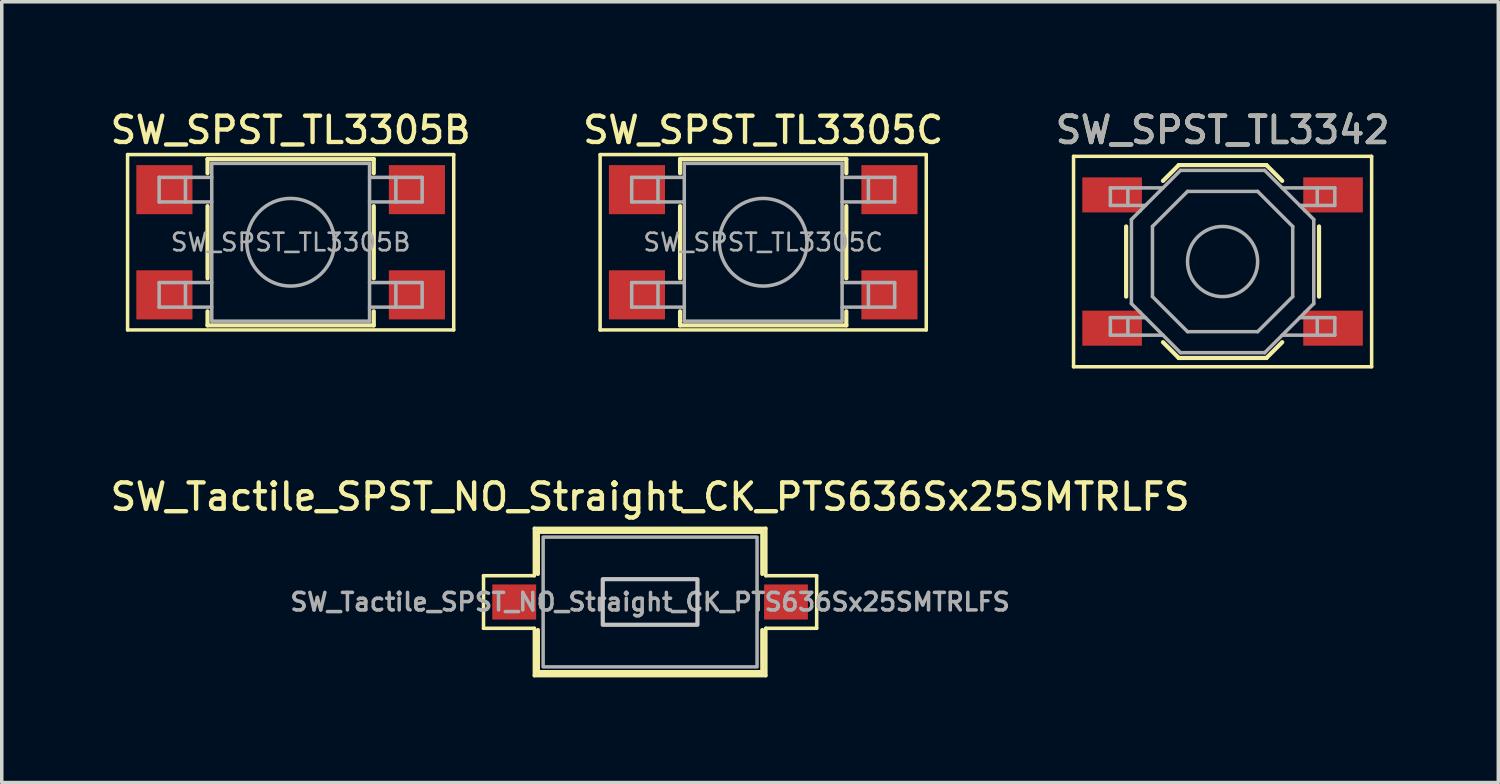
<source format=kicad_pcb>
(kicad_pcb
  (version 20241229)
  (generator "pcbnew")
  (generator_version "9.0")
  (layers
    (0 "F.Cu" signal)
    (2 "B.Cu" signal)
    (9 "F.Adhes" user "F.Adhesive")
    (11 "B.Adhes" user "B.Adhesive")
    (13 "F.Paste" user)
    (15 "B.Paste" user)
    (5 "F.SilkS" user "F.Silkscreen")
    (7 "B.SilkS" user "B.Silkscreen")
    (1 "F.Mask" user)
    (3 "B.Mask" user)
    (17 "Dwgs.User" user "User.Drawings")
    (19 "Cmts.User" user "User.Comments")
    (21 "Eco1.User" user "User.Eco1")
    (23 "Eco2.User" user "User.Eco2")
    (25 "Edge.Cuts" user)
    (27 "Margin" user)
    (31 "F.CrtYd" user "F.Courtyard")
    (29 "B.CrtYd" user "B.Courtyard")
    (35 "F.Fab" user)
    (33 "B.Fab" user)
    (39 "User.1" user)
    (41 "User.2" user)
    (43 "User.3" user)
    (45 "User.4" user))
  (footprint "SW_SPST_TL3305C"
    (layer "F.Cu")
    (at 18.713 3.858)
    (property "Reference" "SW_SPST_TL3305C" (at 0 -3.2 0) (layer "F.SilkS") (effects (font (size 0.75 0.75) (thickness 0.125))))
    (attr smd)
    (fp_line (start -4.65 -2.5) (end 4.65 -2.5) (stroke (width 0.1) (type solid)) (layer "F.SilkS"))
    (fp_line (start -4.65 2.5) (end -4.65 -2.5) (stroke (width 0.1) (type solid)) (layer "F.SilkS"))
    (fp_line (start -2.37 -2.37) (end -2.37 -1.97) (stroke (width 0.12) (type solid)) (layer "F.SilkS"))
    (fp_line (start -2.37 -2.37) (end 2.37 -2.37) (stroke (width 0.12) (type solid)) (layer "F.SilkS"))
    (fp_line (start -2.37 1.03) (end -2.37 -1.03) (stroke (width 0.12) (type solid)) (layer "F.SilkS"))
    (fp_line (start -2.37 2.37) (end -2.37 1.97) (stroke (width 0.12) (type solid)) (layer "F.SilkS"))
    (fp_line (start -2.37 2.37) (end 2.37 2.37) (stroke (width 0.12) (type solid)) (layer "F.SilkS"))
    (fp_line (start 2.37 -2.37) (end 2.37 -1.97) (stroke (width 0.12) (type solid)) (layer "F.SilkS"))
    (fp_line (start 2.37 1.03) (end 2.37 -1.03) (stroke (width 0.12) (type solid)) (layer "F.SilkS"))
    (fp_line (start 2.37 2.37) (end 2.37 1.97) (stroke (width 0.12) (type solid)) (layer "F.SilkS"))
    (fp_line (start 4.65 -2.5) (end 4.65 2.5) (stroke (width 0.1) (type solid)) (layer "F.SilkS"))
    (fp_line (start 4.65 2.5) (end -4.65 2.5) (stroke (width 0.1) (type solid)) (layer "F.SilkS"))
    (fp_line (start -3.75 -1.85) (end -3.75 -1.15) (stroke (width 0.1) (type solid)) (layer "F.Fab"))
    (fp_line (start -3.75 -1.15) (end -2.25 -1.15) (stroke (width 0.1) (type solid)) (layer "F.Fab"))
    (fp_line (start -3.75 1.15) (end -3.75 1.85) (stroke (width 0.1) (type solid)) (layer "F.Fab"))
    (fp_line (start -3.75 1.85) (end -2.25 1.85) (stroke (width 0.1) (type solid)) (layer "F.Fab"))
    (fp_line (start -3 -1.85) (end -3 -1.15) (stroke (width 0.1) (type solid)) (layer "F.Fab"))
    (fp_line (start -3 1.15) (end -3 1.85) (stroke (width 0.1) (type solid)) (layer "F.Fab"))
    (fp_line (start -2.25 -2.25) (end 2.25 -2.25) (stroke (width 0.1) (type solid)) (layer "F.Fab"))
    (fp_line (start -2.25 -1.85) (end -3.75 -1.85) (stroke (width 0.1) (type solid)) (layer "F.Fab"))
    (fp_line (start -2.25 1.15) (end -3.75 1.15) (stroke (width 0.1) (type solid)) (layer "F.Fab"))
    (fp_line (start -2.25 2.25) (end -2.25 -2.25) (stroke (width 0.1) (type solid)) (layer "F.Fab"))
    (fp_line (start 2.25 -2.25) (end 2.25 2.25) (stroke (width 0.1) (type solid)) (layer "F.Fab"))
    (fp_line (start 2.25 -1.15) (end 3.75 -1.15) (stroke (width 0.1) (type solid)) (layer "F.Fab"))
    (fp_line (start 2.25 1.15) (end 3.75 1.15) (stroke (width 0.1) (type solid)) (layer "F.Fab"))
    (fp_line (start 2.25 2.25) (end -2.25 2.25) (stroke (width 0.1) (type solid)) (layer "F.Fab"))
    (fp_line (start 3 -1.85) (end 3 -1.15) (stroke (width 0.1) (type solid)) (layer "F.Fab"))
    (fp_line (start 3 1.15) (end 3 1.85) (stroke (width 0.1) (type solid)) (layer "F.Fab"))
    (fp_line (start 3.75 -1.85) (end 2.25 -1.85) (stroke (width 0.1) (type solid)) (layer "F.Fab"))
    (fp_line (start 3.75 -1.15) (end 3.75 -1.85) (stroke (width 0.1) (type solid)) (layer "F.Fab"))
    (fp_line (start 3.75 1.15) (end 3.75 1.85) (stroke (width 0.1) (type solid)) (layer "F.Fab"))
    (fp_line (start 3.75 1.85) (end 2.25 1.85) (stroke (width 0.1) (type solid)) (layer "F.Fab"))
    (fp_circle (center 0 0) (end 1.25 0) (stroke (width 0.1) (type solid)) (fill no) (layer "F.Fab"))
    (fp_text user "${REFERENCE}" (at 0 0 0) (layer "F.Fab") (effects (font (size 0.5 0.5) (thickness 0.075))))
    (pad "1" smd rect (at -3.6 -1.5) (size 1.6 1.4) (layers "F.Cu" "F.Mask" "F.Paste"))
    (pad "1" smd rect (at 3.6 -1.5) (size 1.6 1.4) (layers "F.Cu" "F.Mask" "F.Paste"))
    (pad "2" smd rect (at -3.6 1.5) (size 1.6 1.4) (layers "F.Cu" "F.Mask" "F.Paste"))
    (pad "2" smd rect (at 3.6 1.5) (size 1.6 1.4) (layers "F.Cu" "F.Mask" "F.Paste")))
  (footprint "SW_Tactile_SPST_NO_Straight_CK_PTS636Sx25SMTRLFS"
    (layer "F.Cu")
    (at 15.488 14.116)
    (property "Reference" "SW_Tactile_SPST_NO_Straight_CK_PTS636Sx25SMTRLFS" (at 0 -3 0) (unlocked yes) (layer "F.SilkS") (effects (font (size 0.75 0.75) (thickness 0.125))))
    (attr smd)
    (fp_line (start -4.75 -0.75) (end -3.3 -0.75) (stroke (width 0.1) (type solid)) (layer "F.SilkS"))
    (fp_line (start -4.75 0.75) (end -4.75 -0.75) (stroke (width 0.1) (type solid)) (layer "F.SilkS"))
    (fp_line (start -3.3 -2.1) (end 3.3 -2.1) (stroke (width 0.1) (type solid)) (layer "F.SilkS"))
    (fp_line (start -3.3 -0.75) (end -3.3 -2.1) (stroke (width 0.1) (type solid)) (layer "F.SilkS"))
    (fp_line (start -3.3 0.75) (end -4.75 0.75) (stroke (width 0.1) (type solid)) (layer "F.SilkS"))
    (fp_line (start -3.3 2.1) (end -3.3 0.75) (stroke (width 0.1) (type solid)) (layer "F.SilkS"))
    (fp_line (start -3.2 -2) (end -3.2 -0.8) (stroke (width 0.12) (type solid)) (layer "F.SilkS"))
    (fp_line (start -3.2 0.8) (end -3.2 2) (stroke (width 0.12) (type solid)) (layer "F.SilkS"))
    (fp_line (start -3.2 2) (end 3.2 2) (stroke (width 0.12) (type solid)) (layer "F.SilkS"))
    (fp_line (start 3.2 -2) (end -3.2 -2) (stroke (width 0.12) (type solid)) (layer "F.SilkS"))
    (fp_line (start 3.2 -0.8) (end 3.2 -2) (stroke (width 0.12) (type solid)) (layer "F.SilkS"))
    (fp_line (start 3.2 2) (end 3.2 0.8) (stroke (width 0.12) (type solid)) (layer "F.SilkS"))
    (fp_line (start 3.3 -2.1) (end 3.3 -0.75) (stroke (width 0.1) (type solid)) (layer "F.SilkS"))
    (fp_line (start 3.3 -0.75) (end 4.75 -0.75) (stroke (width 0.1) (type solid)) (layer "F.SilkS"))
    (fp_line (start 3.3 0.75) (end 3.3 2.1) (stroke (width 0.1) (type solid)) (layer "F.SilkS"))
    (fp_line (start 3.3 2.1) (end -3.3 2.1) (stroke (width 0.1) (type solid)) (layer "F.SilkS"))
    (fp_line (start 4.75 -0.75) (end 4.75 0.75) (stroke (width 0.1) (type solid)) (layer "F.SilkS"))
    (fp_line (start 4.75 0.75) (end 3.3 0.75) (stroke (width 0.1) (type solid)) (layer "F.SilkS"))
    (fp_rect (start -1.35 -0.65) (end 1.35 0.65) (stroke (width 0.12) (type solid)) (fill no) (layer "Dwgs.User"))
    (fp_rect (start -3.05 -1.85) (end 3.05 1.85) (stroke (width 0.1) (type solid)) (fill no) (layer "F.Fab"))
    (fp_text user "${REFERENCE}" (at 0 0 0) (unlocked yes) (layer "F.Fab") (effects (font (size 0.5 0.5) (thickness 0.1))))
    (pad "1" smd rect (at -3.875 0) (size 1.25 1) (layers "F.Cu" "F.Mask" "F.Paste"))
    (pad "2" smd rect (at 3.875 0) (size 1.25 1) (layers "F.Cu" "F.Mask" "F.Paste")))
  (footprint "SW_SPST_TL3342"
    (layer "F.Cu")
    (at 31.813 4.408)
    (property "Reference" "SW_SPST_TL3342" (at 0 -3.75 0) (layer "F.SilkS") (effects (font (size 0.75 0.75) (thickness 0.125))))
    (attr smd)
    (fp_line (start -4.25 -3) (end 4.25 -3) (stroke (width 0.1) (type solid)) (layer "F.SilkS"))
    (fp_line (start -4.25 3) (end -4.25 -3) (stroke (width 0.1) (type solid)) (layer "F.SilkS"))
    (fp_line (start -2.75 -1) (end -2.75 1) (stroke (width 0.12) (type solid)) (layer "F.SilkS"))
    (fp_line (start -1.7 -2.3) (end -1.25 -2.75) (stroke (width 0.12) (type solid)) (layer "F.SilkS"))
    (fp_line (start -1.7 2.3) (end -1.25 2.75) (stroke (width 0.12) (type solid)) (layer "F.SilkS"))
    (fp_line (start -1.25 -2.75) (end 1.25 -2.75) (stroke (width 0.12) (type solid)) (layer "F.SilkS"))
    (fp_line (start -1.25 2.75) (end 1.25 2.75) (stroke (width 0.12) (type solid)) (layer "F.SilkS"))
    (fp_line (start 1.7 -2.3) (end 1.25 -2.75) (stroke (width 0.12) (type solid)) (layer "F.SilkS"))
    (fp_line (start 1.7 2.3) (end 1.25 2.75) (stroke (width 0.12) (type solid)) (layer "F.SilkS"))
    (fp_line (start 2.75 -1) (end 2.75 1) (stroke (width 0.12) (type solid)) (layer "F.SilkS"))
    (fp_line (start 4.25 -3) (end 4.25 3) (stroke (width 0.1) (type solid)) (layer "F.SilkS"))
    (fp_line (start 4.25 3) (end -4.25 3) (stroke (width 0.1) (type solid)) (layer "F.SilkS"))
    (fp_line (start -3.2 -2.1) (end -3.2 -1.6) (stroke (width 0.1) (type solid)) (layer "F.Fab"))
    (fp_line (start -3.2 -1.6) (end -2.2 -1.6) (stroke (width 0.1) (type solid)) (layer "F.Fab"))
    (fp_line (start -3.2 1.6) (end -2.2 1.6) (stroke (width 0.1) (type solid)) (layer "F.Fab"))
    (fp_line (start -3.2 2.1) (end -3.2 1.6) (stroke (width 0.1) (type solid)) (layer "F.Fab"))
    (fp_line (start -2.7 -2.1) (end -2.7 -1.6) (stroke (width 0.1) (type solid)) (layer "F.Fab"))
    (fp_line (start -2.7 2.1) (end -2.7 1.6) (stroke (width 0.1) (type solid)) (layer "F.Fab"))
    (fp_line (start -2.6 -1.2) (end -2.6 1.2) (stroke (width 0.1) (type solid)) (layer "F.Fab"))
    (fp_line (start -2.6 1.2) (end -1.2 2.6) (stroke (width 0.1) (type solid)) (layer "F.Fab"))
    (fp_line (start -2 -1) (end -1 -2) (stroke (width 0.1) (type solid)) (layer "F.Fab"))
    (fp_line (start -2 1) (end -2 -1) (stroke (width 0.1) (type solid)) (layer "F.Fab"))
    (fp_line (start -1.7 -2.1) (end -3.2 -2.1) (stroke (width 0.1) (type solid)) (layer "F.Fab"))
    (fp_line (start -1.7 2.1) (end -3.2 2.1) (stroke (width 0.1) (type solid)) (layer "F.Fab"))
    (fp_line (start -1.2 -2.6) (end -2.6 -1.2) (stroke (width 0.1) (type solid)) (layer "F.Fab"))
    (fp_line (start -1.2 2.6) (end 1.2 2.6) (stroke (width 0.1) (type solid)) (layer "F.Fab"))
    (fp_line (start -1 -2) (end 1 -2) (stroke (width 0.1) (type solid)) (layer "F.Fab"))
    (fp_line (start -1 2) (end -2 1) (stroke (width 0.1) (type solid)) (layer "F.Fab"))
    (fp_line (start 1 -2) (end 2 -1) (stroke (width 0.1) (type solid)) (layer "F.Fab"))
    (fp_line (start 1 2) (end -1 2) (stroke (width 0.1) (type solid)) (layer "F.Fab"))
    (fp_line (start 1.2 -2.6) (end -1.2 -2.6) (stroke (width 0.1) (type solid)) (layer "F.Fab"))
    (fp_line (start 1.2 2.6) (end 2.6 1.2) (stroke (width 0.1) (type solid)) (layer "F.Fab"))
    (fp_line (start 1.7 -2.1) (end 3.2 -2.1) (stroke (width 0.1) (type solid)) (layer "F.Fab"))
    (fp_line (start 1.7 2.1) (end 3.2 2.1) (stroke (width 0.1) (type solid)) (layer "F.Fab"))
    (fp_line (start 2 -1) (end 2 1) (stroke (width 0.1) (type solid)) (layer "F.Fab"))
    (fp_line (start 2 1) (end 1 2) (stroke (width 0.1) (type solid)) (layer "F.Fab"))
    (fp_line (start 2.6 -1.2) (end 1.2 -2.6) (stroke (width 0.1) (type solid)) (layer "F.Fab"))
    (fp_line (start 2.6 1.2) (end 2.6 -1.2) (stroke (width 0.1) (type solid)) (layer "F.Fab"))
    (fp_line (start 2.7 -2.1) (end 2.7 -1.6) (stroke (width 0.1) (type solid)) (layer "F.Fab"))
    (fp_line (start 2.7 2.1) (end 2.7 1.6) (stroke (width 0.1) (type solid)) (layer "F.Fab"))
    (fp_line (start 3.2 -2.1) (end 3.2 -1.6) (stroke (width 0.1) (type solid)) (layer "F.Fab"))
    (fp_line (start 3.2 -1.6) (end 2.2 -1.6) (stroke (width 0.1) (type solid)) (layer "F.Fab"))
    (fp_line (start 3.2 1.6) (end 2.2 1.6) (stroke (width 0.1) (type solid)) (layer "F.Fab"))
    (fp_line (start 3.2 2.1) (end 3.2 1.6) (stroke (width 0.1) (type solid)) (layer "F.Fab"))
    (fp_circle (center 0 0) (end 1 0) (stroke (width 0.1) (type solid)) (fill no) (layer "F.Fab"))
    (fp_text user "${REFERENCE}" (at 0 -3.75 0) (layer "F.Fab") (effects (font (size 0.75 0.75) (thickness 0.125))))
    (pad "1" smd rect (at -3.15 -1.9) (size 1.7 1) (layers "F.Cu" "F.Mask" "F.Paste"))
    (pad "1" smd rect (at 3.15 -1.9) (size 1.7 1) (layers "F.Cu" "F.Mask" "F.Paste"))
    (pad "2" smd rect (at -3.15 1.9) (size 1.7 1) (layers "F.Cu" "F.Mask" "F.Paste"))
    (pad "2" smd rect (at 3.15 1.9) (size 1.7 1) (layers "F.Cu" "F.Mask" "F.Paste")))
  (footprint "SW_SPST_TL3305B"
    (layer "F.Cu")
    (at 5.238 3.858)
    (property "Reference" "SW_SPST_TL3305B" (at 0 -3.2 0) (layer "F.SilkS") (effects (font (size 0.75 0.75) (thickness 0.125))))
    (attr smd)
    (fp_line (start -4.65 -2.5) (end 4.65 -2.5) (stroke (width 0.1) (type solid)) (layer "F.SilkS"))
    (fp_line (start -4.65 2.5) (end -4.65 -2.5) (stroke (width 0.1) (type solid)) (layer "F.SilkS"))
    (fp_line (start -2.37 -2.37) (end -2.37 -1.97) (stroke (width 0.12) (type solid)) (layer "F.SilkS"))
    (fp_line (start -2.37 -2.37) (end 2.37 -2.37) (stroke (width 0.12) (type solid)) (layer "F.SilkS"))
    (fp_line (start -2.37 1.03) (end -2.37 -1.03) (stroke (width 0.12) (type solid)) (layer "F.SilkS"))
    (fp_line (start -2.37 2.37) (end -2.37 1.97) (stroke (width 0.12) (type solid)) (layer "F.SilkS"))
    (fp_line (start -2.37 2.37) (end 2.37 2.37) (stroke (width 0.12) (type solid)) (layer "F.SilkS"))
    (fp_line (start 2.37 -2.37) (end 2.37 -1.97) (stroke (width 0.12) (type solid)) (layer "F.SilkS"))
    (fp_line (start 2.37 1.03) (end 2.37 -1.03) (stroke (width 0.12) (type solid)) (layer "F.SilkS"))
    (fp_line (start 2.37 2.37) (end 2.37 1.97) (stroke (width 0.12) (type solid)) (layer "F.SilkS"))
    (fp_line (start 4.65 -2.5) (end 4.65 2.5) (stroke (width 0.1) (type solid)) (layer "F.SilkS"))
    (fp_line (start 4.65 2.5) (end -4.65 2.5) (stroke (width 0.1) (type solid)) (layer "F.SilkS"))
    (fp_line (start -3.75 -1.85) (end -3.75 -1.15) (stroke (width 0.1) (type solid)) (layer "F.Fab"))
    (fp_line (start -3.75 -1.15) (end -2.25 -1.15) (stroke (width 0.1) (type solid)) (layer "F.Fab"))
    (fp_line (start -3.75 1.15) (end -3.75 1.85) (stroke (width 0.1) (type solid)) (layer "F.Fab"))
    (fp_line (start -3.75 1.85) (end -2.25 1.85) (stroke (width 0.1) (type solid)) (layer "F.Fab"))
    (fp_line (start -3 -1.85) (end -3 -1.15) (stroke (width 0.1) (type solid)) (layer "F.Fab"))
    (fp_line (start -3 1.15) (end -3 1.85) (stroke (width 0.1) (type solid)) (layer "F.Fab"))
    (fp_line (start -2.25 -2.25) (end 2.25 -2.25) (stroke (width 0.1) (type solid)) (layer "F.Fab"))
    (fp_line (start -2.25 -1.85) (end -3.75 -1.85) (stroke (width 0.1) (type solid)) (layer "F.Fab"))
    (fp_line (start -2.25 1.15) (end -3.75 1.15) (stroke (width 0.1) (type solid)) (layer "F.Fab"))
    (fp_line (start -2.25 2.25) (end -2.25 -2.25) (stroke (width 0.1) (type solid)) (layer "F.Fab"))
    (fp_line (start 2.25 -2.25) (end 2.25 2.25) (stroke (width 0.1) (type solid)) (layer "F.Fab"))
    (fp_line (start 2.25 -1.15) (end 3.75 -1.15) (stroke (width 0.1) (type solid)) (layer "F.Fab"))
    (fp_line (start 2.25 1.15) (end 3.75 1.15) (stroke (width 0.1) (type solid)) (layer "F.Fab"))
    (fp_line (start 2.25 2.25) (end -2.25 2.25) (stroke (width 0.1) (type solid)) (layer "F.Fab"))
    (fp_line (start 3 -1.85) (end 3 -1.15) (stroke (width 0.1) (type solid)) (layer "F.Fab"))
    (fp_line (start 3 1.15) (end 3 1.85) (stroke (width 0.1) (type solid)) (layer "F.Fab"))
    (fp_line (start 3.75 -1.85) (end 2.25 -1.85) (stroke (width 0.1) (type solid)) (layer "F.Fab"))
    (fp_line (start 3.75 -1.15) (end 3.75 -1.85) (stroke (width 0.1) (type solid)) (layer "F.Fab"))
    (fp_line (start 3.75 1.15) (end 3.75 1.85) (stroke (width 0.1) (type solid)) (layer "F.Fab"))
    (fp_line (start 3.75 1.85) (end 2.25 1.85) (stroke (width 0.1) (type solid)) (layer "F.Fab"))
    (fp_circle (center 0 0) (end 1.25 0) (stroke (width 0.1) (type solid)) (fill no) (layer "F.Fab"))
    (fp_text user "${REFERENCE}" (at 0 0 0) (layer "F.Fab") (effects (font (size 0.5 0.5) (thickness 0.075))))
    (pad "1" smd rect (at -3.6 -1.5) (size 1.6 1.4) (layers "F.Cu" "F.Mask" "F.Paste"))
    (pad "1" smd rect (at 3.6 -1.5) (size 1.6 1.4) (layers "F.Cu" "F.Mask" "F.Paste"))
    (pad "2" smd rect (at -3.6 1.5) (size 1.6 1.4) (layers "F.Cu" "F.Mask" "F.Paste"))
    (pad "2" smd rect (at 3.6 1.5) (size 1.6 1.4) (layers "F.Cu" "F.Mask" "F.Paste")))
  (gr_rect
    (start -3 -3)
    (end 39.675 19.266)
    (stroke (width 0.1) (type default))
    (fill no)
    (layer "Edge.Cuts")))
</source>
